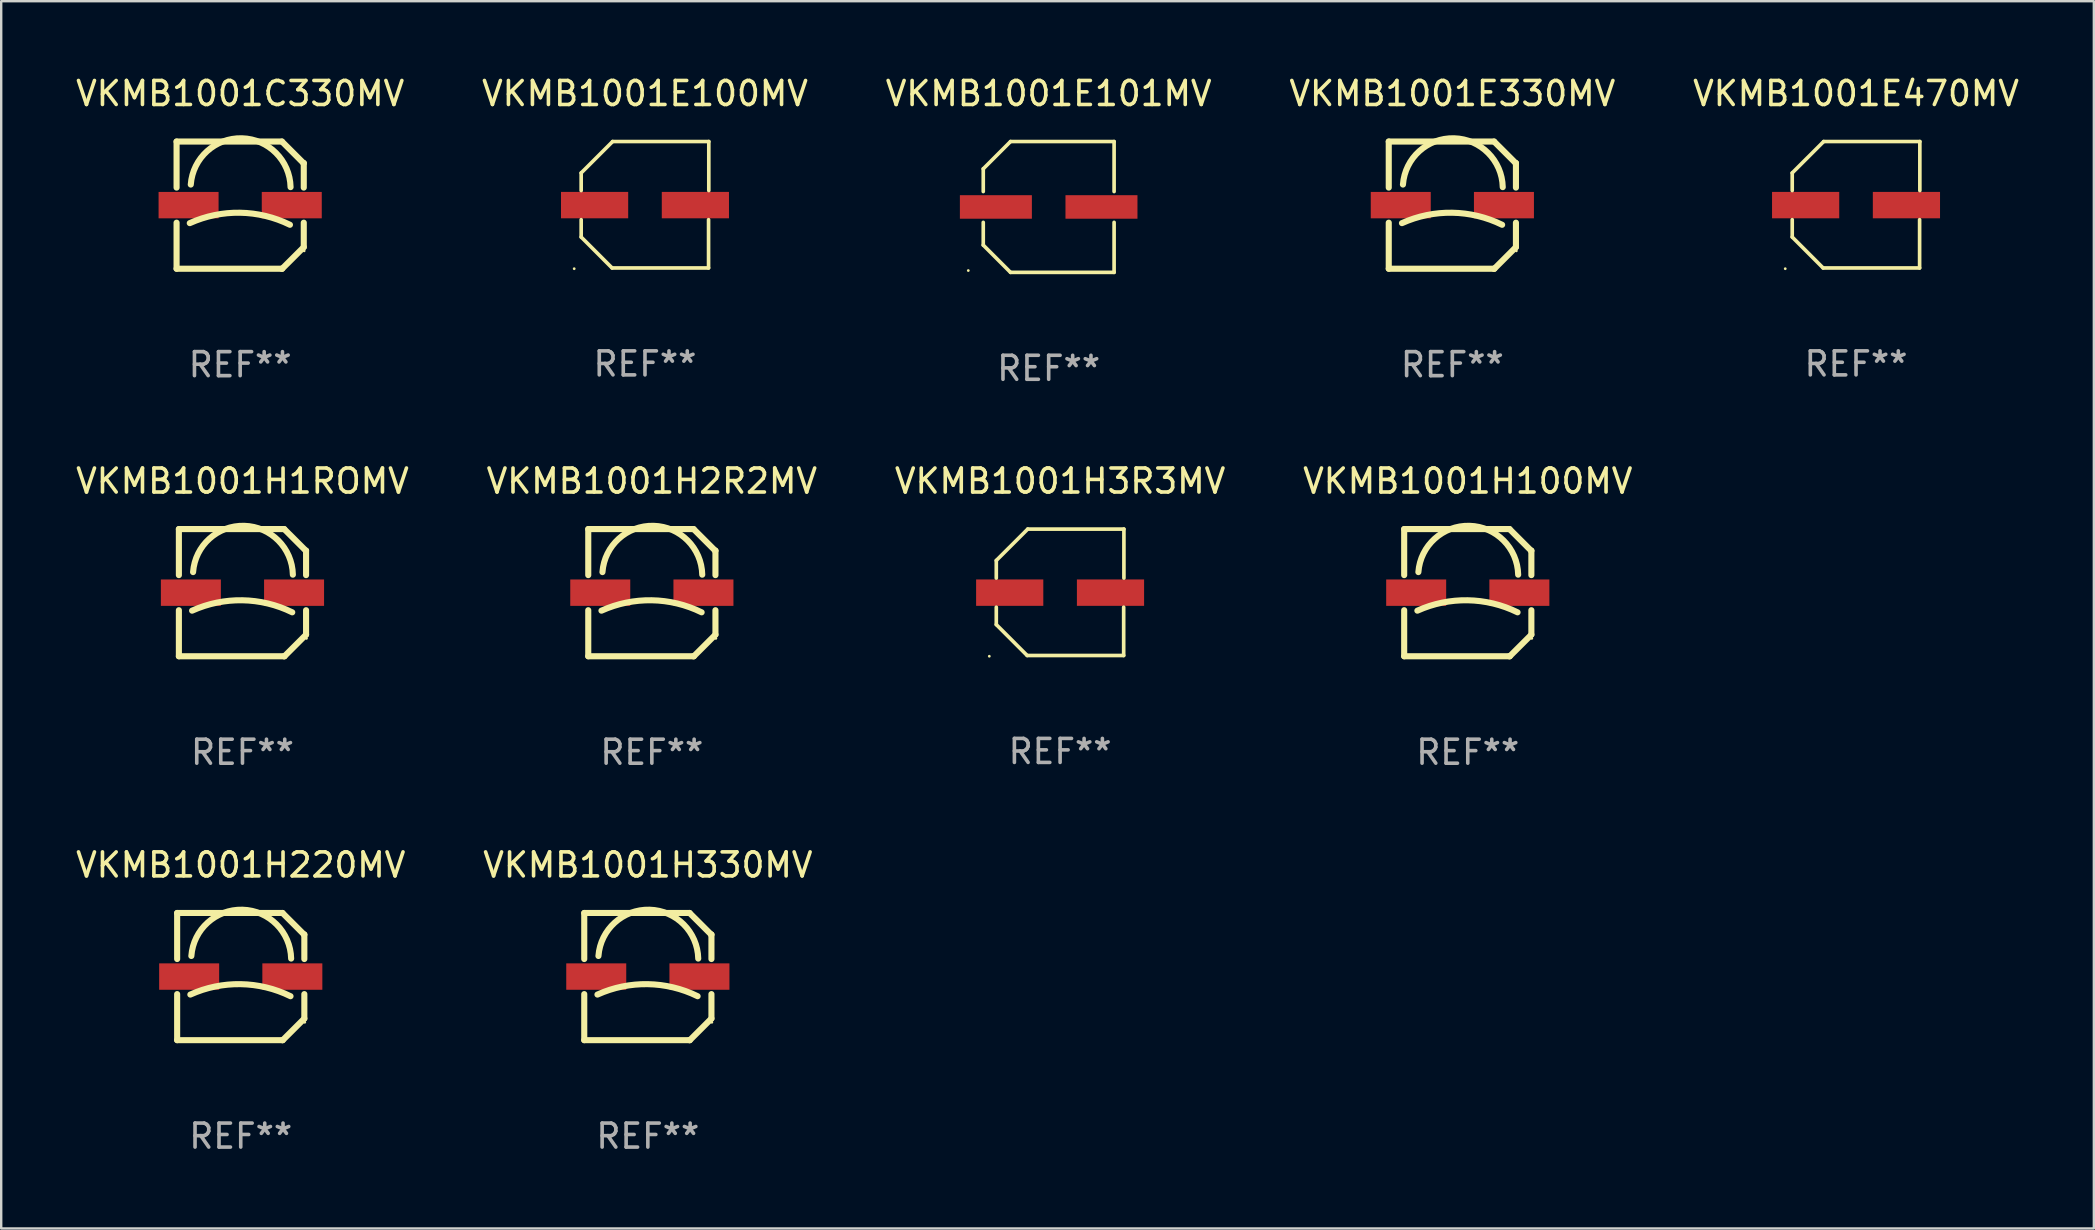
<source format=kicad_pcb>
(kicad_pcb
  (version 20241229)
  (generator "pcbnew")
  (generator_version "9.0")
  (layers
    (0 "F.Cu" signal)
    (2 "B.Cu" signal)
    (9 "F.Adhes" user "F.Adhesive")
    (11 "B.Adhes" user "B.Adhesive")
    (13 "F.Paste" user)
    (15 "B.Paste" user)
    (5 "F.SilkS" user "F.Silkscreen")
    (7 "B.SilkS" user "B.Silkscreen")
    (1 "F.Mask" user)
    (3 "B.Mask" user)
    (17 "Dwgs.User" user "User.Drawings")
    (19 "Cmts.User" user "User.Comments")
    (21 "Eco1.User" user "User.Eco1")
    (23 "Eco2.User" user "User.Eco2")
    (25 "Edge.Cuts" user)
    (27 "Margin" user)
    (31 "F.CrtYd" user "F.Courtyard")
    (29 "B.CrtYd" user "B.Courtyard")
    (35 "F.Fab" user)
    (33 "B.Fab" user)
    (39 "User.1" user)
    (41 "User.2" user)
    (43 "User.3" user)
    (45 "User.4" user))
  (footprint "VKMB1001H220MV"
    (layer "F.Cu")
    (at 6.982 37.644)
    (property "Reference" "VKMB1001H220MV" (at 0 -4.65 0) (layer "F.SilkS") (effects (font (size 1 1) (thickness 0.15))))
    (attr through_hole)
    (fp_line (start -2.65 -2.65) (end 1.74 -2.65) (stroke (width 0.254) (type solid)) (layer "F.SilkS"))
    (fp_line (start -2.65 -0.731) (end -2.65 -2.65) (stroke (width 0.254) (type solid)) (layer "F.SilkS"))
    (fp_line (start -2.65 2.65) (end -2.65 0.731) (stroke (width 0.254) (type solid)) (layer "F.SilkS"))
    (fp_line (start -2.65 2.65) (end 1.73 2.65) (stroke (width 0.254) (type solid)) (layer "F.SilkS"))
    (fp_line (start 1.73 2.65) (end 1.75 2.65) (stroke (width 0.254) (type solid)) (layer "F.SilkS"))
    (fp_line (start 1.75 2.65) (end 2.65 1.75) (stroke (width 0.254) (type solid)) (layer "F.SilkS"))
    (fp_line (start 2.64 -1.75) (end 1.74 -2.65) (stroke (width 0.254) (type solid)) (layer "F.SilkS"))
    (fp_line (start 2.65 -1.75) (end 2.64 -1.75) (stroke (width 0.254) (type solid)) (layer "F.SilkS"))
    (fp_line (start 2.65 -0.731) (end 2.65 -1.75) (stroke (width 0.254) (type solid)) (layer "F.SilkS"))
    (fp_line (start 2.65 1.75) (end 2.65 0.731) (stroke (width 0.254) (type solid)) (layer "F.SilkS"))
    (fp_arc (start -2.1 0.749886) (mid -0.005214 0.316693) (end 2.074168 0.818644) (stroke (width 0.254001) (type solid)) (layer "F.SilkS"))
    (fp_arc (start -2.058369 -0.857759) (mid 0.072137 -2.78601) (end 2.1 -0.750089) (stroke (width 0.254001) (type solid)) (layer "F.SilkS"))
    (fp_circle (center 2.667 1.905) (end 2.697 1.905) (stroke (width 0.06) (type solid)) (fill no) (layer "F.SilkS"))
    (fp_text user "REF**" (at 0 6.65 0) (layer "F.Fab") (effects (font (size 1 1) (thickness 0.15))))
    (pad "1" smd rect (at 2.15 0) (size 2.5 1.1) (layers "F.Cu" "F.Mask" "F.Paste"))
    (pad "2" smd rect (at -2.15 0) (size 2.5 1.1) (layers "F.Cu" "F.Mask" "F.Paste")))
  (footprint "VKMB1001H2R2MV"
    (layer "F.Cu")
    (at 24.113 21.647)
    (property "Reference" "VKMB1001H2R2MV" (at 0 -4.65 0) (layer "F.SilkS") (effects (font (size 1 1) (thickness 0.15))))
    (attr through_hole)
    (fp_line (start -2.65 -2.65) (end 1.74 -2.65) (stroke (width 0.254) (type solid)) (layer "F.SilkS"))
    (fp_line (start -2.65 -0.731) (end -2.65 -2.65) (stroke (width 0.254) (type solid)) (layer "F.SilkS"))
    (fp_line (start -2.65 2.65) (end -2.65 0.731) (stroke (width 0.254) (type solid)) (layer "F.SilkS"))
    (fp_line (start -2.65 2.65) (end 1.73 2.65) (stroke (width 0.254) (type solid)) (layer "F.SilkS"))
    (fp_line (start 1.73 2.65) (end 1.75 2.65) (stroke (width 0.254) (type solid)) (layer "F.SilkS"))
    (fp_line (start 1.75 2.65) (end 2.65 1.75) (stroke (width 0.254) (type solid)) (layer "F.SilkS"))
    (fp_line (start 2.64 -1.75) (end 1.74 -2.65) (stroke (width 0.254) (type solid)) (layer "F.SilkS"))
    (fp_line (start 2.65 -1.75) (end 2.64 -1.75) (stroke (width 0.254) (type solid)) (layer "F.SilkS"))
    (fp_line (start 2.65 -0.731) (end 2.65 -1.75) (stroke (width 0.254) (type solid)) (layer "F.SilkS"))
    (fp_line (start 2.65 1.75) (end 2.65 0.731) (stroke (width 0.254) (type solid)) (layer "F.SilkS"))
    (fp_arc (start -2.1 0.749886) (mid -0.005214 0.316693) (end 2.074168 0.818644) (stroke (width 0.254001) (type solid)) (layer "F.SilkS"))
    (fp_arc (start -2.058369 -0.857759) (mid 0.072137 -2.78601) (end 2.1 -0.750089) (stroke (width 0.254001) (type solid)) (layer "F.SilkS"))
    (fp_circle (center 2.667 1.905) (end 2.697 1.905) (stroke (width 0.06) (type solid)) (fill no) (layer "F.SilkS"))
    (fp_text user "REF**" (at 0 6.65 0) (layer "F.Fab") (effects (font (size 1 1) (thickness 0.15))))
    (pad "1" smd rect (at 2.15 0) (size 2.5 1.1) (layers "F.Cu" "F.Mask" "F.Paste"))
    (pad "2" smd rect (at -2.15 0) (size 2.5 1.1) (layers "F.Cu" "F.Mask" "F.Paste")))
  (footprint "VKMB1001E100MV"
    (layer "F.Cu")
    (at 23.827 5.482)
    (property "Reference" "VKMB1001E100MV" (at 0 -4.634 0) (layer "F.SilkS") (effects (font (size 1 1) (thickness 0.15))))
    (attr through_hole)
    (fp_line (start -2.659 -1.326) (end -2.659 -0.592) (stroke (width 0.152) (type solid)) (layer "F.SilkS"))
    (fp_line (start -2.659 1.346) (end -2.659 0.622) (stroke (width 0.152) (type solid)) (layer "F.SilkS"))
    (fp_line (start -1.372 2.634) (end -2.659 1.346) (stroke (width 0.152) (type solid)) (layer "F.SilkS"))
    (fp_line (start -1.349 -2.634) (end -2.659 -1.326) (stroke (width 0.152) (type solid)) (layer "F.SilkS"))
    (fp_line (start 2.649 0.622) (end 2.649 2.634) (stroke (width 0.152) (type solid)) (layer "F.SilkS"))
    (fp_line (start 2.649 2.634) (end -1.372 2.634) (stroke (width 0.152) (type solid)) (layer "F.SilkS"))
    (fp_line (start 2.659 -2.634) (end -1.349 -2.634) (stroke (width 0.152) (type solid)) (layer "F.SilkS"))
    (fp_line (start 2.659 -0.592) (end 2.659 -2.634) (stroke (width 0.152) (type solid)) (layer "F.SilkS"))
    (fp_circle (center -2.95 2.665) (end -2.92 2.665) (stroke (width 0.06) (type solid)) (fill no) (layer "F.SilkS"))
    (fp_text user "REF**" (at 0 6.634 0) (layer "F.Fab") (effects (font (size 1 1) (thickness 0.15))))
    (pad "1" smd rect (at -2.1 0.015) (size 2.8 1.1) (layers "F.Cu" "F.Mask" "F.Paste"))
    (pad "2" smd rect (at 2.1 0.015) (size 2.8 1.1) (layers "F.Cu" "F.Mask" "F.Paste")))
  (footprint "VKMB1001E470MV"
    (layer "F.Cu")
    (at 74.292 5.482)
    (property "Reference" "VKMB1001E470MV" (at 0 -4.634 0) (layer "F.SilkS") (effects (font (size 1 1) (thickness 0.15))))
    (attr through_hole)
    (fp_line (start -2.659 -1.326) (end -2.659 -0.592) (stroke (width 0.152) (type solid)) (layer "F.SilkS"))
    (fp_line (start -2.659 1.346) (end -2.659 0.622) (stroke (width 0.152) (type solid)) (layer "F.SilkS"))
    (fp_line (start -1.372 2.634) (end -2.659 1.346) (stroke (width 0.152) (type solid)) (layer "F.SilkS"))
    (fp_line (start -1.349 -2.634) (end -2.659 -1.326) (stroke (width 0.152) (type solid)) (layer "F.SilkS"))
    (fp_line (start 2.649 0.622) (end 2.649 2.634) (stroke (width 0.152) (type solid)) (layer "F.SilkS"))
    (fp_line (start 2.649 2.634) (end -1.372 2.634) (stroke (width 0.152) (type solid)) (layer "F.SilkS"))
    (fp_line (start 2.659 -2.634) (end -1.349 -2.634) (stroke (width 0.152) (type solid)) (layer "F.SilkS"))
    (fp_line (start 2.659 -0.592) (end 2.659 -2.634) (stroke (width 0.152) (type solid)) (layer "F.SilkS"))
    (fp_circle (center -2.95 2.665) (end -2.92 2.665) (stroke (width 0.06) (type solid)) (fill no) (layer "F.SilkS"))
    (fp_text user "REF**" (at 0 6.634 0) (layer "F.Fab") (effects (font (size 1 1) (thickness 0.15))))
    (pad "1" smd rect (at -2.1 0.015) (size 2.8 1.1) (layers "F.Cu" "F.Mask" "F.Paste"))
    (pad "2" smd rect (at 2.1 0.015) (size 2.8 1.1) (layers "F.Cu" "F.Mask" "F.Paste")))
  (footprint "VKMB1001E101MV"
    (layer "F.Cu")
    (at 40.649 5.574)
    (property "Reference" "VKMB1001E101MV" (at 0 -4.726 0) (layer "F.SilkS") (effects (font (size 1 1) (thickness 0.15))))
    (attr through_hole)
    (fp_line (start -2.726 -1.59) (end -1.59 -2.726) (stroke (width 0.152) (type solid)) (layer "F.SilkS"))
    (fp_line (start -2.726 -0.642) (end -2.726 -1.59) (stroke (width 0.152) (type solid)) (layer "F.SilkS"))
    (fp_line (start -2.726 0.642) (end -2.726 1.59) (stroke (width 0.152) (type solid)) (layer "F.SilkS"))
    (fp_line (start -2.726 1.59) (end -1.59 2.726) (stroke (width 0.152) (type solid)) (layer "F.SilkS"))
    (fp_line (start -1.59 -2.726) (end 2.726 -2.726) (stroke (width 0.152) (type solid)) (layer "F.SilkS"))
    (fp_line (start -1.59 2.726) (end 2.726 2.726) (stroke (width 0.152) (type solid)) (layer "F.SilkS"))
    (fp_line (start 2.726 -2.726) (end 2.726 -0.642) (stroke (width 0.152) (type solid)) (layer "F.SilkS"))
    (fp_line (start 2.726 2.726) (end 2.726 0.642) (stroke (width 0.152) (type solid)) (layer "F.SilkS"))
    (fp_circle (center -3.35 2.65) (end -3.32 2.65) (stroke (width 0.06) (type solid)) (fill no) (layer "F.SilkS"))
    (fp_text user "REF**" (at 0 6.726 0) (layer "F.Fab") (effects (font (size 1 1) (thickness 0.15))))
    (pad "1" smd rect (at -2.2 -0.000089) (size 3 0.98) (layers "F.Cu" "F.Mask" "F.Paste"))
    (pad "2" smd rect (at 2.2 -0.000089) (size 3 0.98) (layers "F.Cu" "F.Mask" "F.Paste")))
  (footprint "VKMB1001C330MV"
    (layer "F.Cu")
    (at 6.958 5.498)
    (property "Reference" "VKMB1001C330MV" (at 0 -4.65 0) (layer "F.SilkS") (effects (font (size 1 1) (thickness 0.15))))
    (attr through_hole)
    (fp_line (start -2.65 -2.65) (end 1.74 -2.65) (stroke (width 0.254) (type solid)) (layer "F.SilkS"))
    (fp_line (start -2.65 -0.731) (end -2.65 -2.65) (stroke (width 0.254) (type solid)) (layer "F.SilkS"))
    (fp_line (start -2.65 2.65) (end -2.65 0.731) (stroke (width 0.254) (type solid)) (layer "F.SilkS"))
    (fp_line (start -2.65 2.65) (end 1.73 2.65) (stroke (width 0.254) (type solid)) (layer "F.SilkS"))
    (fp_line (start 1.73 2.65) (end 1.75 2.65) (stroke (width 0.254) (type solid)) (layer "F.SilkS"))
    (fp_line (start 1.75 2.65) (end 2.65 1.75) (stroke (width 0.254) (type solid)) (layer "F.SilkS"))
    (fp_line (start 2.64 -1.75) (end 1.74 -2.65) (stroke (width 0.254) (type solid)) (layer "F.SilkS"))
    (fp_line (start 2.65 -1.75) (end 2.64 -1.75) (stroke (width 0.254) (type solid)) (layer "F.SilkS"))
    (fp_line (start 2.65 -0.731) (end 2.65 -1.75) (stroke (width 0.254) (type solid)) (layer "F.SilkS"))
    (fp_line (start 2.65 1.75) (end 2.65 0.731) (stroke (width 0.254) (type solid)) (layer "F.SilkS"))
    (fp_arc (start -2.1 0.749886) (mid -0.005214 0.316693) (end 2.074168 0.818644) (stroke (width 0.254001) (type solid)) (layer "F.SilkS"))
    (fp_arc (start -2.058369 -0.857759) (mid 0.072137 -2.78601) (end 2.1 -0.750089) (stroke (width 0.254001) (type solid)) (layer "F.SilkS"))
    (fp_circle (center 2.667 1.905) (end 2.697 1.905) (stroke (width 0.06) (type solid)) (fill no) (layer "F.SilkS"))
    (fp_text user "REF**" (at 0 6.65 0) (layer "F.Fab") (effects (font (size 1 1) (thickness 0.15))))
    (pad "1" smd rect (at 2.15 0) (size 2.5 1.1) (layers "F.Cu" "F.Mask" "F.Paste"))
    (pad "2" smd rect (at -2.15 0) (size 2.5 1.1) (layers "F.Cu" "F.Mask" "F.Paste")))
  (footprint "VKMB1001E330MV"
    (layer "F.Cu")
    (at 57.47 5.498)
    (property "Reference" "VKMB1001E330MV" (at 0 -4.65 0) (layer "F.SilkS") (effects (font (size 1 1) (thickness 0.15))))
    (attr through_hole)
    (fp_line (start -2.65 -2.65) (end 1.74 -2.65) (stroke (width 0.254) (type solid)) (layer "F.SilkS"))
    (fp_line (start -2.65 -0.731) (end -2.65 -2.65) (stroke (width 0.254) (type solid)) (layer "F.SilkS"))
    (fp_line (start -2.65 2.65) (end -2.65 0.731) (stroke (width 0.254) (type solid)) (layer "F.SilkS"))
    (fp_line (start -2.65 2.65) (end 1.73 2.65) (stroke (width 0.254) (type solid)) (layer "F.SilkS"))
    (fp_line (start 1.73 2.65) (end 1.75 2.65) (stroke (width 0.254) (type solid)) (layer "F.SilkS"))
    (fp_line (start 1.75 2.65) (end 2.65 1.75) (stroke (width 0.254) (type solid)) (layer "F.SilkS"))
    (fp_line (start 2.64 -1.75) (end 1.74 -2.65) (stroke (width 0.254) (type solid)) (layer "F.SilkS"))
    (fp_line (start 2.65 -1.75) (end 2.64 -1.75) (stroke (width 0.254) (type solid)) (layer "F.SilkS"))
    (fp_line (start 2.65 -0.731) (end 2.65 -1.75) (stroke (width 0.254) (type solid)) (layer "F.SilkS"))
    (fp_line (start 2.65 1.75) (end 2.65 0.731) (stroke (width 0.254) (type solid)) (layer "F.SilkS"))
    (fp_arc (start -2.1 0.749886) (mid -0.005214 0.316693) (end 2.074168 0.818644) (stroke (width 0.254001) (type solid)) (layer "F.SilkS"))
    (fp_arc (start -2.058369 -0.857759) (mid 0.072137 -2.78601) (end 2.1 -0.750089) (stroke (width 0.254001) (type solid)) (layer "F.SilkS"))
    (fp_circle (center 2.667 1.905) (end 2.697 1.905) (stroke (width 0.06) (type solid)) (fill no) (layer "F.SilkS"))
    (fp_text user "REF**" (at 0 6.65 0) (layer "F.Fab") (effects (font (size 1 1) (thickness 0.15))))
    (pad "1" smd rect (at 2.15 0) (size 2.5 1.1) (layers "F.Cu" "F.Mask" "F.Paste"))
    (pad "2" smd rect (at -2.15 0) (size 2.5 1.1) (layers "F.Cu" "F.Mask" "F.Paste")))
  (footprint "VKMB1001H330MV"
    (layer "F.Cu")
    (at 23.946 37.644)
    (property "Reference" "VKMB1001H330MV" (at 0 -4.65 0) (layer "F.SilkS") (effects (font (size 1 1) (thickness 0.15))))
    (attr through_hole)
    (fp_line (start -2.65 -2.65) (end 1.74 -2.65) (stroke (width 0.254) (type solid)) (layer "F.SilkS"))
    (fp_line (start -2.65 -0.731) (end -2.65 -2.65) (stroke (width 0.254) (type solid)) (layer "F.SilkS"))
    (fp_line (start -2.65 2.65) (end -2.65 0.731) (stroke (width 0.254) (type solid)) (layer "F.SilkS"))
    (fp_line (start -2.65 2.65) (end 1.73 2.65) (stroke (width 0.254) (type solid)) (layer "F.SilkS"))
    (fp_line (start 1.73 2.65) (end 1.75 2.65) (stroke (width 0.254) (type solid)) (layer "F.SilkS"))
    (fp_line (start 1.75 2.65) (end 2.65 1.75) (stroke (width 0.254) (type solid)) (layer "F.SilkS"))
    (fp_line (start 2.64 -1.75) (end 1.74 -2.65) (stroke (width 0.254) (type solid)) (layer "F.SilkS"))
    (fp_line (start 2.65 -1.75) (end 2.64 -1.75) (stroke (width 0.254) (type solid)) (layer "F.SilkS"))
    (fp_line (start 2.65 -0.731) (end 2.65 -1.75) (stroke (width 0.254) (type solid)) (layer "F.SilkS"))
    (fp_line (start 2.65 1.75) (end 2.65 0.731) (stroke (width 0.254) (type solid)) (layer "F.SilkS"))
    (fp_arc (start -2.1 0.749886) (mid -0.005214 0.316693) (end 2.074168 0.818644) (stroke (width 0.254001) (type solid)) (layer "F.SilkS"))
    (fp_arc (start -2.058369 -0.857759) (mid 0.072137 -2.78601) (end 2.1 -0.750089) (stroke (width 0.254001) (type solid)) (layer "F.SilkS"))
    (fp_circle (center 2.667 1.905) (end 2.697 1.905) (stroke (width 0.06) (type solid)) (fill no) (layer "F.SilkS"))
    (fp_text user "REF**" (at 0 6.65 0) (layer "F.Fab") (effects (font (size 1 1) (thickness 0.15))))
    (pad "1" smd rect (at 2.15 0) (size 2.5 1.1) (layers "F.Cu" "F.Mask" "F.Paste"))
    (pad "2" smd rect (at -2.15 0) (size 2.5 1.1) (layers "F.Cu" "F.Mask" "F.Paste")))
  (footprint "VKMB1001H1ROMV"
    (layer "F.Cu")
    (at 7.054 21.647)
    (property "Reference" "VKMB1001H1ROMV" (at 0 -4.65 0) (layer "F.SilkS") (effects (font (size 1 1) (thickness 0.15))))
    (attr through_hole)
    (fp_line (start -2.65 -2.65) (end 1.74 -2.65) (stroke (width 0.254) (type solid)) (layer "F.SilkS"))
    (fp_line (start -2.65 -0.731) (end -2.65 -2.65) (stroke (width 0.254) (type solid)) (layer "F.SilkS"))
    (fp_line (start -2.65 2.65) (end -2.65 0.731) (stroke (width 0.254) (type solid)) (layer "F.SilkS"))
    (fp_line (start -2.65 2.65) (end 1.73 2.65) (stroke (width 0.254) (type solid)) (layer "F.SilkS"))
    (fp_line (start 1.73 2.65) (end 1.75 2.65) (stroke (width 0.254) (type solid)) (layer "F.SilkS"))
    (fp_line (start 1.75 2.65) (end 2.65 1.75) (stroke (width 0.254) (type solid)) (layer "F.SilkS"))
    (fp_line (start 2.64 -1.75) (end 1.74 -2.65) (stroke (width 0.254) (type solid)) (layer "F.SilkS"))
    (fp_line (start 2.65 -1.75) (end 2.64 -1.75) (stroke (width 0.254) (type solid)) (layer "F.SilkS"))
    (fp_line (start 2.65 -0.731) (end 2.65 -1.75) (stroke (width 0.254) (type solid)) (layer "F.SilkS"))
    (fp_line (start 2.65 1.75) (end 2.65 0.731) (stroke (width 0.254) (type solid)) (layer "F.SilkS"))
    (fp_arc (start -2.1 0.749886) (mid -0.005214 0.316693) (end 2.074168 0.818644) (stroke (width 0.254001) (type solid)) (layer "F.SilkS"))
    (fp_arc (start -2.058369 -0.857759) (mid 0.072137 -2.78601) (end 2.1 -0.750089) (stroke (width 0.254001) (type solid)) (layer "F.SilkS"))
    (fp_circle (center 2.667 1.905) (end 2.697 1.905) (stroke (width 0.06) (type solid)) (fill no) (layer "F.SilkS"))
    (fp_text user "REF**" (at 0 6.65 0) (layer "F.Fab") (effects (font (size 1 1) (thickness 0.15))))
    (pad "1" smd rect (at 2.15 0) (size 2.5 1.1) (layers "F.Cu" "F.Mask" "F.Paste"))
    (pad "2" smd rect (at -2.15 0) (size 2.5 1.1) (layers "F.Cu" "F.Mask" "F.Paste")))
  (footprint "VKMB1001H100MV"
    (layer "F.Cu")
    (at 58.113 21.647)
    (property "Reference" "VKMB1001H100MV" (at 0 -4.65 0) (layer "F.SilkS") (effects (font (size 1 1) (thickness 0.15))))
    (attr through_hole)
    (fp_line (start -2.65 -2.65) (end 1.74 -2.65) (stroke (width 0.254) (type solid)) (layer "F.SilkS"))
    (fp_line (start -2.65 -0.731) (end -2.65 -2.65) (stroke (width 0.254) (type solid)) (layer "F.SilkS"))
    (fp_line (start -2.65 2.65) (end -2.65 0.731) (stroke (width 0.254) (type solid)) (layer "F.SilkS"))
    (fp_line (start -2.65 2.65) (end 1.73 2.65) (stroke (width 0.254) (type solid)) (layer "F.SilkS"))
    (fp_line (start 1.73 2.65) (end 1.75 2.65) (stroke (width 0.254) (type solid)) (layer "F.SilkS"))
    (fp_line (start 1.75 2.65) (end 2.65 1.75) (stroke (width 0.254) (type solid)) (layer "F.SilkS"))
    (fp_line (start 2.64 -1.75) (end 1.74 -2.65) (stroke (width 0.254) (type solid)) (layer "F.SilkS"))
    (fp_line (start 2.65 -1.75) (end 2.64 -1.75) (stroke (width 0.254) (type solid)) (layer "F.SilkS"))
    (fp_line (start 2.65 -0.731) (end 2.65 -1.75) (stroke (width 0.254) (type solid)) (layer "F.SilkS"))
    (fp_line (start 2.65 1.75) (end 2.65 0.731) (stroke (width 0.254) (type solid)) (layer "F.SilkS"))
    (fp_arc (start -2.1 0.749886) (mid -0.005214 0.316693) (end 2.074168 0.818644) (stroke (width 0.254001) (type solid)) (layer "F.SilkS"))
    (fp_arc (start -2.058369 -0.857759) (mid 0.072137 -2.78601) (end 2.1 -0.750089) (stroke (width 0.254001) (type solid)) (layer "F.SilkS"))
    (fp_circle (center 2.667 1.905) (end 2.697 1.905) (stroke (width 0.06) (type solid)) (fill no) (layer "F.SilkS"))
    (fp_text user "REF**" (at 0 6.65 0) (layer "F.Fab") (effects (font (size 1 1) (thickness 0.15))))
    (pad "1" smd rect (at 2.15 0) (size 2.5 1.1) (layers "F.Cu" "F.Mask" "F.Paste"))
    (pad "2" smd rect (at -2.15 0) (size 2.5 1.1) (layers "F.Cu" "F.Mask" "F.Paste")))
  (footprint "VKMB1001H3R3MV"
    (layer "F.Cu")
    (at 41.125 21.631)
    (property "Reference" "VKMB1001H3R3MV" (at 0 -4.634 0) (layer "F.SilkS") (effects (font (size 1 1) (thickness 0.15))))
    (attr through_hole)
    (fp_line (start -2.659 -1.326) (end -2.659 -0.592) (stroke (width 0.152) (type solid)) (layer "F.SilkS"))
    (fp_line (start -2.659 1.346) (end -2.659 0.622) (stroke (width 0.152) (type solid)) (layer "F.SilkS"))
    (fp_line (start -1.372 2.634) (end -2.659 1.346) (stroke (width 0.152) (type solid)) (layer "F.SilkS"))
    (fp_line (start -1.349 -2.634) (end -2.659 -1.326) (stroke (width 0.152) (type solid)) (layer "F.SilkS"))
    (fp_line (start 2.649 0.622) (end 2.649 2.634) (stroke (width 0.152) (type solid)) (layer "F.SilkS"))
    (fp_line (start 2.649 2.634) (end -1.372 2.634) (stroke (width 0.152) (type solid)) (layer "F.SilkS"))
    (fp_line (start 2.659 -2.634) (end -1.349 -2.634) (stroke (width 0.152) (type solid)) (layer "F.SilkS"))
    (fp_line (start 2.659 -0.592) (end 2.659 -2.634) (stroke (width 0.152) (type solid)) (layer "F.SilkS"))
    (fp_circle (center -2.95 2.665) (end -2.92 2.665) (stroke (width 0.06) (type solid)) (fill no) (layer "F.SilkS"))
    (fp_text user "REF**" (at 0 6.634 0) (layer "F.Fab") (effects (font (size 1 1) (thickness 0.15))))
    (pad "1" smd rect (at -2.1 0.015) (size 2.8 1.1) (layers "F.Cu" "F.Mask" "F.Paste"))
    (pad "2" smd rect (at 2.1 0.015) (size 2.8 1.1) (layers "F.Cu" "F.Mask" "F.Paste")))
  (gr_rect
    (start -3 -3)
    (end 84.202 48.142)
    (stroke (width 0.1) (type default))
    (fill no)
    (layer "Edge.Cuts")))
</source>
